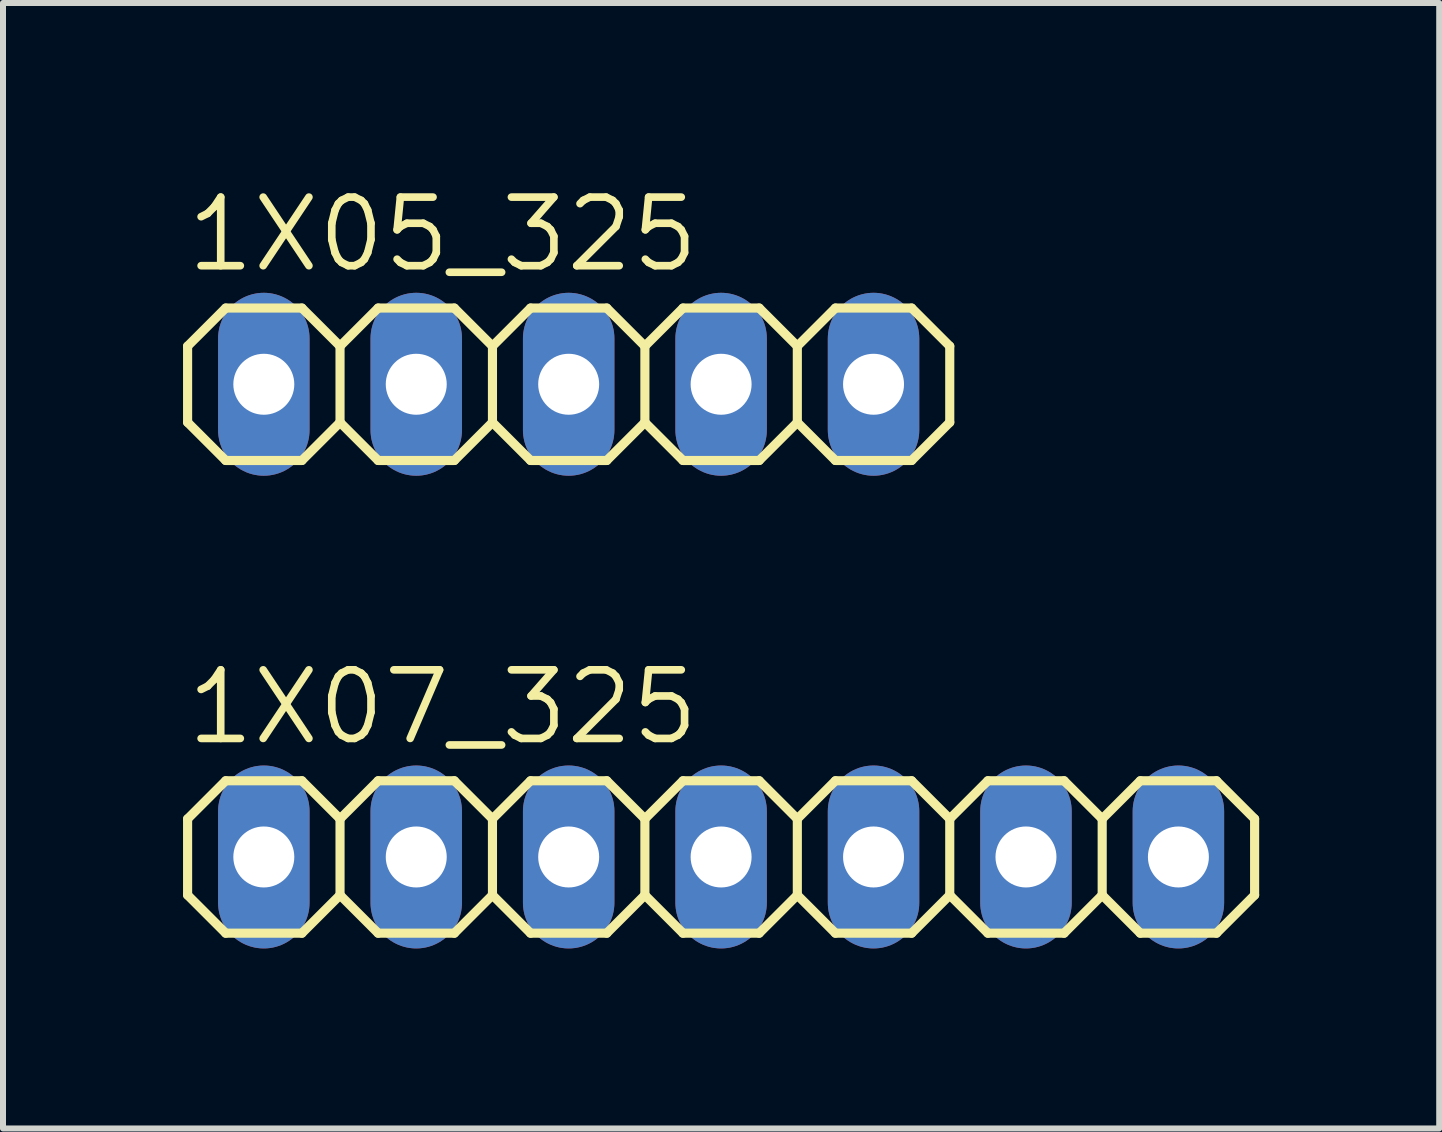
<source format=kicad_pcb>
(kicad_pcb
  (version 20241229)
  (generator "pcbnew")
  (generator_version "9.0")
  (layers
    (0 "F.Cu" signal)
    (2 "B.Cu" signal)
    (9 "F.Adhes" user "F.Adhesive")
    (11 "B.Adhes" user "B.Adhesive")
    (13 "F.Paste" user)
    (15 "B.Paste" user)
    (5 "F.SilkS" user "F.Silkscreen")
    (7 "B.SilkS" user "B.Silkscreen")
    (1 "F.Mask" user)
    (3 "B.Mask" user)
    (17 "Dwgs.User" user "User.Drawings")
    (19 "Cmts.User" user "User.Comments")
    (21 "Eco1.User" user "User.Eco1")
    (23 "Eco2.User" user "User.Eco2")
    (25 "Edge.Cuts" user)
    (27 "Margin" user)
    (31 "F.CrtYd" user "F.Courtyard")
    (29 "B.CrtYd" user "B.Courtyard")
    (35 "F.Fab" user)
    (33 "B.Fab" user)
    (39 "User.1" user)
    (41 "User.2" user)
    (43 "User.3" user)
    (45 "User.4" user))
  (footprint "1X07_325"
    (layer "F.Cu")
    (at 8.966 11.23)
    (property "Reference" "1X07_325" (at -8.966 -1.829 0) (unlocked yes) (layer "F.SilkS") (effects (font (size 1.143 1.143) (thickness 0.127)) (justify left bottom)))
    (fp_line (start -8.89 -0.635) (end -8.89 0.635) (stroke (width 0.152) (type solid)) (layer "F.SilkS"))
    (fp_line (start -8.89 0.635) (end -8.255 1.27) (stroke (width 0.152) (type solid)) (layer "F.SilkS"))
    (fp_line (start -8.255 -1.27) (end -8.89 -0.635) (stroke (width 0.152) (type solid)) (layer "F.SilkS"))
    (fp_line (start -8.255 -1.27) (end -6.985 -1.27) (stroke (width 0.152) (type solid)) (layer "F.SilkS"))
    (fp_line (start -6.985 -1.27) (end -6.35 -0.635) (stroke (width 0.152) (type solid)) (layer "F.SilkS"))
    (fp_line (start -6.985 1.27) (end -8.255 1.27) (stroke (width 0.152) (type solid)) (layer "F.SilkS"))
    (fp_line (start -6.35 -0.635) (end -6.35 0.635) (stroke (width 0.152) (type solid)) (layer "F.SilkS"))
    (fp_line (start -6.35 -0.635) (end -5.715 -1.27) (stroke (width 0.152) (type solid)) (layer "F.SilkS"))
    (fp_line (start -6.35 0.635) (end -6.985 1.27) (stroke (width 0.152) (type solid)) (layer "F.SilkS"))
    (fp_line (start -5.715 -1.27) (end -4.445 -1.27) (stroke (width 0.152) (type solid)) (layer "F.SilkS"))
    (fp_line (start -5.715 1.27) (end -6.35 0.635) (stroke (width 0.152) (type solid)) (layer "F.SilkS"))
    (fp_line (start -4.445 -1.27) (end -3.81 -0.635) (stroke (width 0.152) (type solid)) (layer "F.SilkS"))
    (fp_line (start -4.445 1.27) (end -5.715 1.27) (stroke (width 0.152) (type solid)) (layer "F.SilkS"))
    (fp_line (start -3.81 -0.635) (end -3.81 0.635) (stroke (width 0.152) (type solid)) (layer "F.SilkS"))
    (fp_line (start -3.81 -0.635) (end -3.175 -1.27) (stroke (width 0.152) (type solid)) (layer "F.SilkS"))
    (fp_line (start -3.81 0.635) (end -4.445 1.27) (stroke (width 0.152) (type solid)) (layer "F.SilkS"))
    (fp_line (start -3.175 -1.27) (end -1.905 -1.27) (stroke (width 0.152) (type solid)) (layer "F.SilkS"))
    (fp_line (start -3.175 1.27) (end -3.81 0.635) (stroke (width 0.152) (type solid)) (layer "F.SilkS"))
    (fp_line (start -1.905 -1.27) (end -1.27 -0.635) (stroke (width 0.152) (type solid)) (layer "F.SilkS"))
    (fp_line (start -1.905 1.27) (end -3.175 1.27) (stroke (width 0.152) (type solid)) (layer "F.SilkS"))
    (fp_line (start -1.27 -0.635) (end -1.27 0.635) (stroke (width 0.152) (type solid)) (layer "F.SilkS"))
    (fp_line (start -1.27 0.635) (end -1.905 1.27) (stroke (width 0.152) (type solid)) (layer "F.SilkS"))
    (fp_line (start -1.27 0.635) (end -0.635 1.27) (stroke (width 0.152) (type solid)) (layer "F.SilkS"))
    (fp_line (start -0.635 -1.27) (end -1.27 -0.635) (stroke (width 0.152) (type solid)) (layer "F.SilkS"))
    (fp_line (start -0.635 -1.27) (end 0.635 -1.27) (stroke (width 0.152) (type solid)) (layer "F.SilkS"))
    (fp_line (start 0.635 -1.27) (end 1.27 -0.635) (stroke (width 0.152) (type solid)) (layer "F.SilkS"))
    (fp_line (start 0.635 1.27) (end -0.635 1.27) (stroke (width 0.152) (type solid)) (layer "F.SilkS"))
    (fp_line (start 1.27 -0.635) (end 1.27 0.635) (stroke (width 0.152) (type solid)) (layer "F.SilkS"))
    (fp_line (start 1.27 -0.635) (end 1.905 -1.27) (stroke (width 0.152) (type solid)) (layer "F.SilkS"))
    (fp_line (start 1.27 0.635) (end 0.635 1.27) (stroke (width 0.152) (type solid)) (layer "F.SilkS"))
    (fp_line (start 1.905 -1.27) (end 3.175 -1.27) (stroke (width 0.152) (type solid)) (layer "F.SilkS"))
    (fp_line (start 1.905 1.27) (end 1.27 0.635) (stroke (width 0.152) (type solid)) (layer "F.SilkS"))
    (fp_line (start 3.175 -1.27) (end 3.81 -0.635) (stroke (width 0.152) (type solid)) (layer "F.SilkS"))
    (fp_line (start 3.175 1.27) (end 1.905 1.27) (stroke (width 0.152) (type solid)) (layer "F.SilkS"))
    (fp_line (start 3.81 -0.635) (end 3.81 0.635) (stroke (width 0.152) (type solid)) (layer "F.SilkS"))
    (fp_line (start 3.81 -0.635) (end 4.445 -1.27) (stroke (width 0.152) (type solid)) (layer "F.SilkS"))
    (fp_line (start 3.81 0.635) (end 3.175 1.27) (stroke (width 0.152) (type solid)) (layer "F.SilkS"))
    (fp_line (start 4.445 -1.27) (end 5.715 -1.27) (stroke (width 0.152) (type solid)) (layer "F.SilkS"))
    (fp_line (start 4.445 1.27) (end 3.81 0.635) (stroke (width 0.152) (type solid)) (layer "F.SilkS"))
    (fp_line (start 5.715 -1.27) (end 6.35 -0.635) (stroke (width 0.152) (type solid)) (layer "F.SilkS"))
    (fp_line (start 5.715 1.27) (end 4.445 1.27) (stroke (width 0.152) (type solid)) (layer "F.SilkS"))
    (fp_line (start 6.35 -0.635) (end 6.35 0.635) (stroke (width 0.152) (type solid)) (layer "F.SilkS"))
    (fp_line (start 6.35 0.635) (end 5.715 1.27) (stroke (width 0.152) (type solid)) (layer "F.SilkS"))
    (fp_line (start 6.35 0.635) (end 6.985 1.27) (stroke (width 0.152) (type solid)) (layer "F.SilkS"))
    (fp_line (start 6.985 -1.27) (end 6.35 -0.635) (stroke (width 0.152) (type solid)) (layer "F.SilkS"))
    (fp_line (start 6.985 -1.27) (end 8.255 -1.27) (stroke (width 0.152) (type solid)) (layer "F.SilkS"))
    (fp_line (start 8.255 -1.27) (end 8.89 -0.635) (stroke (width 0.152) (type solid)) (layer "F.SilkS"))
    (fp_line (start 8.255 1.27) (end 6.985 1.27) (stroke (width 0.152) (type solid)) (layer "F.SilkS"))
    (fp_line (start 8.89 -0.635) (end 8.89 0.635) (stroke (width 0.152) (type solid)) (layer "F.SilkS"))
    (fp_line (start 8.89 0.635) (end 8.255 1.27) (stroke (width 0.152) (type solid)) (layer "F.SilkS"))
    (fp_poly (pts (xy -7.874 0.254) (xy -7.366 0.254) (xy -7.366 -0.254) (xy -7.874 -0.254)) (stroke (width 0.1) (type default)) (fill no) (layer "F.Fab"))
    (fp_poly (pts (xy -5.334 0.254) (xy -4.826 0.254) (xy -4.826 -0.254) (xy -5.334 -0.254)) (stroke (width 0.1) (type default)) (fill no) (layer "F.Fab"))
    (fp_poly (pts (xy -2.794 0.254) (xy -2.286 0.254) (xy -2.286 -0.254) (xy -2.794 -0.254)) (stroke (width 0.1) (type default)) (fill no) (layer "F.Fab"))
    (fp_poly (pts (xy -0.254 0.254) (xy 0.254 0.254) (xy 0.254 -0.254) (xy -0.254 -0.254)) (stroke (width 0.1) (type default)) (fill no) (layer "F.Fab"))
    (fp_poly (pts (xy 2.286 0.254) (xy 2.794 0.254) (xy 2.794 -0.254) (xy 2.286 -0.254)) (stroke (width 0.1) (type default)) (fill no) (layer "F.Fab"))
    (fp_poly (pts (xy 4.826 0.254) (xy 5.334 0.254) (xy 5.334 -0.254) (xy 4.826 -0.254)) (stroke (width 0.1) (type default)) (fill no) (layer "F.Fab"))
    (fp_poly (pts (xy 7.366 0.254) (xy 7.874 0.254) (xy 7.874 -0.254) (xy 7.366 -0.254)) (stroke (width 0.1) (type default)) (fill no) (layer "F.Fab"))
    (pad "1" thru_hole oval (at -7.62 0 90) (size 3.048 1.524) (drill 1.016) (layers "*.Cu" "*.Mask"))
    (pad "2" thru_hole oval (at -5.08 0 90) (size 3.048 1.524) (drill 1.016) (layers "*.Cu" "*.Mask"))
    (pad "3" thru_hole oval (at -2.54 0 90) (size 3.048 1.524) (drill 1.016) (layers "*.Cu" "*.Mask"))
    (pad "4" thru_hole oval (at 0 0 90) (size 3.048 1.524) (drill 1.016) (layers "*.Cu" "*.Mask"))
    (pad "5" thru_hole oval (at 2.54 0 90) (size 3.048 1.524) (drill 1.016) (layers "*.Cu" "*.Mask"))
    (pad "6" thru_hole oval (at 5.08 0 90) (size 3.048 1.524) (drill 1.016) (layers "*.Cu" "*.Mask"))
    (pad "7" thru_hole oval (at 7.62 0 90) (size 3.048 1.524) (drill 1.016) (layers "*.Cu" "*.Mask")))
  (footprint "1X05_325"
    (layer "F.Cu")
    (at 6.426 3.353)
    (property "Reference" "1X05_325" (at -6.426 -1.829 0) (unlocked yes) (layer "F.SilkS") (effects (font (size 1.143 1.143) (thickness 0.127)) (justify left bottom)))
    (fp_line (start -6.35 -0.635) (end -6.35 0.635) (stroke (width 0.152) (type solid)) (layer "F.SilkS"))
    (fp_line (start -6.35 0.635) (end -5.715 1.27) (stroke (width 0.152) (type solid)) (layer "F.SilkS"))
    (fp_line (start -5.715 -1.27) (end -6.35 -0.635) (stroke (width 0.152) (type solid)) (layer "F.SilkS"))
    (fp_line (start -5.715 -1.27) (end -4.445 -1.27) (stroke (width 0.152) (type solid)) (layer "F.SilkS"))
    (fp_line (start -4.445 -1.27) (end -3.81 -0.635) (stroke (width 0.152) (type solid)) (layer "F.SilkS"))
    (fp_line (start -4.445 1.27) (end -5.715 1.27) (stroke (width 0.152) (type solid)) (layer "F.SilkS"))
    (fp_line (start -3.81 -0.635) (end -3.81 0.635) (stroke (width 0.152) (type solid)) (layer "F.SilkS"))
    (fp_line (start -3.81 -0.635) (end -3.175 -1.27) (stroke (width 0.152) (type solid)) (layer "F.SilkS"))
    (fp_line (start -3.81 0.635) (end -4.445 1.27) (stroke (width 0.152) (type solid)) (layer "F.SilkS"))
    (fp_line (start -3.175 -1.27) (end -1.905 -1.27) (stroke (width 0.152) (type solid)) (layer "F.SilkS"))
    (fp_line (start -3.175 1.27) (end -3.81 0.635) (stroke (width 0.152) (type solid)) (layer "F.SilkS"))
    (fp_line (start -1.905 -1.27) (end -1.27 -0.635) (stroke (width 0.152) (type solid)) (layer "F.SilkS"))
    (fp_line (start -1.905 1.27) (end -3.175 1.27) (stroke (width 0.152) (type solid)) (layer "F.SilkS"))
    (fp_line (start -1.27 -0.635) (end -1.27 0.635) (stroke (width 0.152) (type solid)) (layer "F.SilkS"))
    (fp_line (start -1.27 -0.635) (end -0.635 -1.27) (stroke (width 0.152) (type solid)) (layer "F.SilkS"))
    (fp_line (start -1.27 0.635) (end -1.905 1.27) (stroke (width 0.152) (type solid)) (layer "F.SilkS"))
    (fp_line (start -0.635 -1.27) (end 0.635 -1.27) (stroke (width 0.152) (type solid)) (layer "F.SilkS"))
    (fp_line (start -0.635 1.27) (end -1.27 0.635) (stroke (width 0.152) (type solid)) (layer "F.SilkS"))
    (fp_line (start 0.635 -1.27) (end 1.27 -0.635) (stroke (width 0.152) (type solid)) (layer "F.SilkS"))
    (fp_line (start 0.635 1.27) (end -0.635 1.27) (stroke (width 0.152) (type solid)) (layer "F.SilkS"))
    (fp_line (start 1.27 -0.635) (end 1.27 0.635) (stroke (width 0.152) (type solid)) (layer "F.SilkS"))
    (fp_line (start 1.27 0.635) (end 0.635 1.27) (stroke (width 0.152) (type solid)) (layer "F.SilkS"))
    (fp_line (start 1.27 0.635) (end 1.905 1.27) (stroke (width 0.152) (type solid)) (layer "F.SilkS"))
    (fp_line (start 1.905 -1.27) (end 1.27 -0.635) (stroke (width 0.152) (type solid)) (layer "F.SilkS"))
    (fp_line (start 1.905 -1.27) (end 3.175 -1.27) (stroke (width 0.152) (type solid)) (layer "F.SilkS"))
    (fp_line (start 3.175 -1.27) (end 3.81 -0.635) (stroke (width 0.152) (type solid)) (layer "F.SilkS"))
    (fp_line (start 3.175 1.27) (end 1.905 1.27) (stroke (width 0.152) (type solid)) (layer "F.SilkS"))
    (fp_line (start 3.81 -0.635) (end 3.81 0.635) (stroke (width 0.152) (type solid)) (layer "F.SilkS"))
    (fp_line (start 3.81 0.635) (end 3.175 1.27) (stroke (width 0.152) (type solid)) (layer "F.SilkS"))
    (fp_line (start 3.81 0.635) (end 4.445 1.27) (stroke (width 0.152) (type solid)) (layer "F.SilkS"))
    (fp_line (start 4.445 -1.27) (end 3.81 -0.635) (stroke (width 0.152) (type solid)) (layer "F.SilkS"))
    (fp_line (start 4.445 -1.27) (end 5.715 -1.27) (stroke (width 0.152) (type solid)) (layer "F.SilkS"))
    (fp_line (start 5.715 -1.27) (end 6.35 -0.635) (stroke (width 0.152) (type solid)) (layer "F.SilkS"))
    (fp_line (start 5.715 1.27) (end 4.445 1.27) (stroke (width 0.152) (type solid)) (layer "F.SilkS"))
    (fp_line (start 6.35 -0.635) (end 6.35 0.635) (stroke (width 0.152) (type solid)) (layer "F.SilkS"))
    (fp_line (start 6.35 0.635) (end 5.715 1.27) (stroke (width 0.152) (type solid)) (layer "F.SilkS"))
    (fp_poly (pts (xy -5.334 0.254) (xy -4.826 0.254) (xy -4.826 -0.254) (xy -5.334 -0.254)) (stroke (width 0.1) (type default)) (fill no) (layer "F.Fab"))
    (fp_poly (pts (xy -2.794 0.254) (xy -2.286 0.254) (xy -2.286 -0.254) (xy -2.794 -0.254)) (stroke (width 0.1) (type default)) (fill no) (layer "F.Fab"))
    (fp_poly (pts (xy -0.254 0.254) (xy 0.254 0.254) (xy 0.254 -0.254) (xy -0.254 -0.254)) (stroke (width 0.1) (type default)) (fill no) (layer "F.Fab"))
    (fp_poly (pts (xy 2.286 0.254) (xy 2.794 0.254) (xy 2.794 -0.254) (xy 2.286 -0.254)) (stroke (width 0.1) (type default)) (fill no) (layer "F.Fab"))
    (fp_poly (pts (xy 4.826 0.254) (xy 5.334 0.254) (xy 5.334 -0.254) (xy 4.826 -0.254)) (stroke (width 0.1) (type default)) (fill no) (layer "F.Fab"))
    (pad "1" thru_hole oval (at -5.08 0 90) (size 3.048 1.524) (drill 1.016) (layers "*.Cu" "*.Mask"))
    (pad "2" thru_hole oval (at -2.54 0 90) (size 3.048 1.524) (drill 1.016) (layers "*.Cu" "*.Mask"))
    (pad "3" thru_hole oval (at 0 0 90) (size 3.048 1.524) (drill 1.016) (layers "*.Cu" "*.Mask"))
    (pad "4" thru_hole oval (at 2.54 0 90) (size 3.048 1.524) (drill 1.016) (layers "*.Cu" "*.Mask"))
    (pad "5" thru_hole oval (at 5.08 0 90) (size 3.048 1.524) (drill 1.016) (layers "*.Cu" "*.Mask")))
  (gr_rect
    (start -3 -3)
    (end 20.932 15.754)
    (stroke (width 0.1) (type default))
    (fill no)
    (layer "Edge.Cuts")))
</source>
